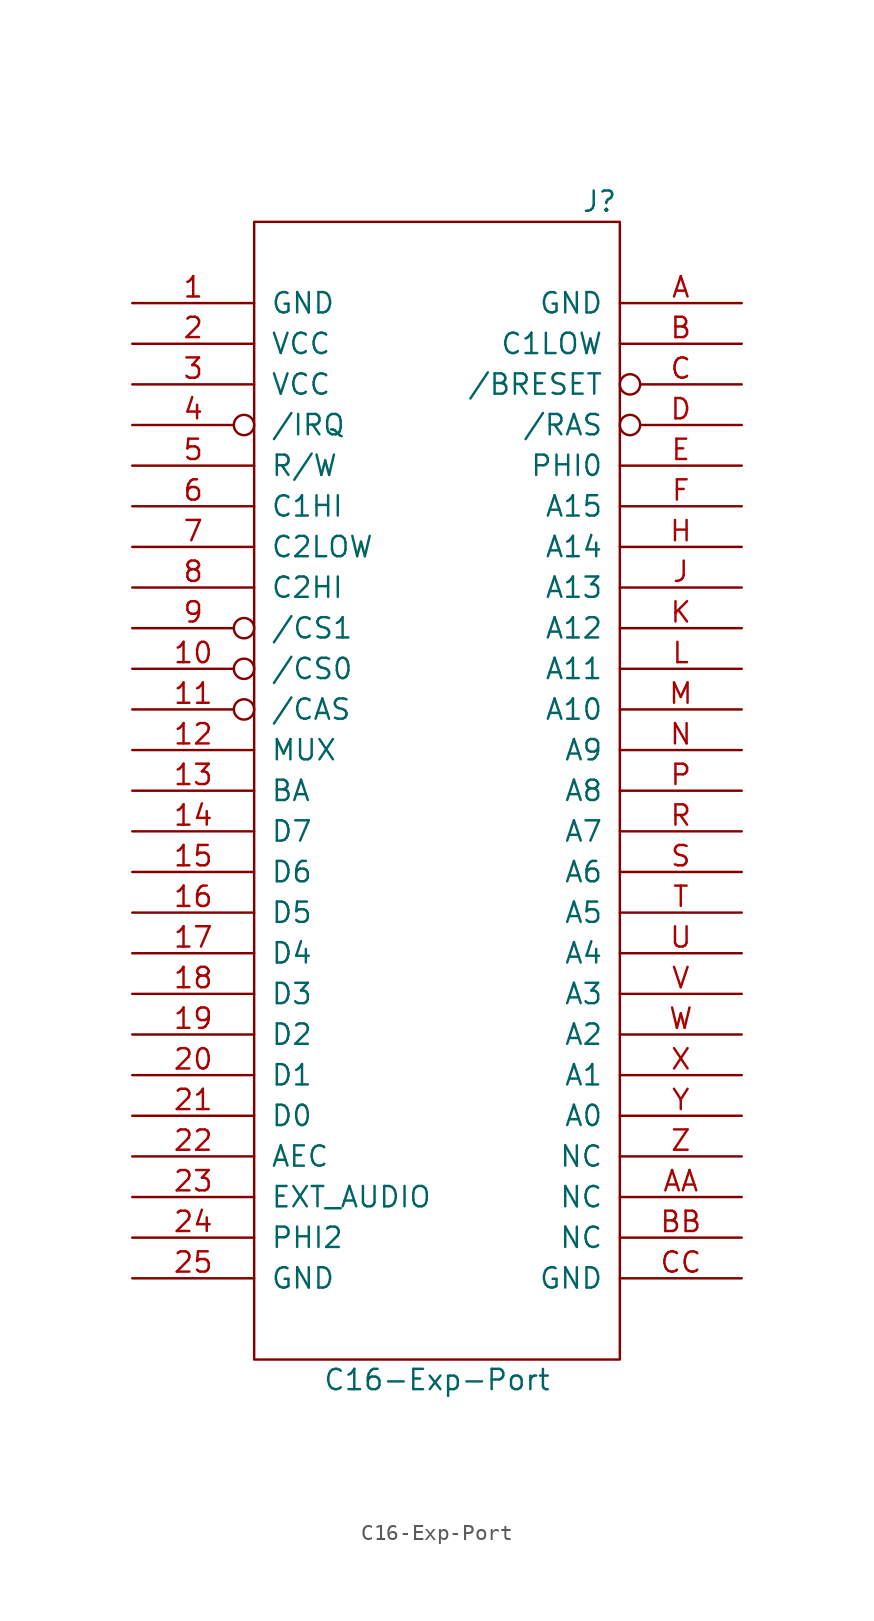
<source format=kicad_sym>
(kicad_symbol_lib
  (version 20211014)
  (generator kicad_symbol_editor)
  (symbol "C16-Exp-Port"
    (pin_names
      (offset 1.016))
    (property "Reference" "J"
      (at 10.16 36.83 0)
      (effects (font (size 1.27 1.27))))
    (property "Value" "C16-Exp-Port"
      (at 0 -36.83 0)
      (effects (font (size 1.27 1.27))))
    (symbol "C16-Exp-Port_1_0"
      (rectangle (start -11.43 -35.56) (end 11.43 35.56) (stroke (width 0) (type default) (color 0 0 0 0)) (fill (type none))))
    (symbol "C16-Exp-Port_1_1"
      (pin passive line (at -19.05 30.48 0) (length 7.62) (name "GND" (effects (font (size 1.27 1.27)))) (number "1" (effects (font (size 1.27 1.27)))))
      (pin passive inverted (at -19.05 7.62 0) (length 7.62) (name "/CS0" (effects (font (size 1.27 1.27)))) (number "10" (effects (font (size 1.27 1.27)))))
      (pin passive inverted (at -19.05 5.08 0) (length 7.62) (name "/CAS" (effects (font (size 1.27 1.27)))) (number "11" (effects (font (size 1.27 1.27)))))
      (pin passive line (at -19.05 2.54 0) (length 7.62) (name "MUX" (effects (font (size 1.27 1.27)))) (number "12" (effects (font (size 1.27 1.27)))))
      (pin passive line (at -19.05 0 0) (length 7.62) (name "BA" (effects (font (size 1.27 1.27)))) (number "13" (effects (font (size 1.27 1.27)))))
      (pin passive line (at -19.05 -2.54 0) (length 7.62) (name "D7" (effects (font (size 1.27 1.27)))) (number "14" (effects (font (size 1.27 1.27)))))
      (pin passive line (at -19.05 -5.08 0) (length 7.62) (name "D6" (effects (font (size 1.27 1.27)))) (number "15" (effects (font (size 1.27 1.27)))))
      (pin passive line (at -19.05 -7.62 0) (length 7.62) (name "D5" (effects (font (size 1.27 1.27)))) (number "16" (effects (font (size 1.27 1.27)))))
      (pin passive line (at -19.05 -10.16 0) (length 7.62) (name "D4" (effects (font (size 1.27 1.27)))) (number "17" (effects (font (size 1.27 1.27)))))
      (pin passive line (at -19.05 -12.7 0) (length 7.62) (name "D3" (effects (font (size 1.27 1.27)))) (number "18" (effects (font (size 1.27 1.27)))))
      (pin passive line (at -19.05 -15.24 0) (length 7.62) (name "D2" (effects (font (size 1.27 1.27)))) (number "19" (effects (font (size 1.27 1.27)))))
      (pin passive line (at -19.05 27.94 0) (length 7.62) (name "VCC" (effects (font (size 1.27 1.27)))) (number "2" (effects (font (size 1.27 1.27)))))
      (pin passive line (at -19.05 -17.78 0) (length 7.62) (name "D1" (effects (font (size 1.27 1.27)))) (number "20" (effects (font (size 1.27 1.27)))))
      (pin passive line (at -19.05 -20.32 0) (length 7.62) (name "D0" (effects (font (size 1.27 1.27)))) (number "21" (effects (font (size 1.27 1.27)))))
      (pin passive line (at -19.05 -22.86 0) (length 7.62) (name "AEC" (effects (font (size 1.27 1.27)))) (number "22" (effects (font (size 1.27 1.27)))))
      (pin passive line (at -19.05 -25.4 0) (length 7.62) (name "EXT_AUDIO" (effects (font (size 1.27 1.27)))) (number "23" (effects (font (size 1.27 1.27)))))
      (pin passive line (at -19.05 -27.94 0) (length 7.62) (name "PHI2" (effects (font (size 1.27 1.27)))) (number "24" (effects (font (size 1.27 1.27)))))
      (pin passive line (at -19.05 -30.48 0) (length 7.62) (name "GND" (effects (font (size 1.27 1.27)))) (number "25" (effects (font (size 1.27 1.27)))))
      (pin passive line (at -19.05 25.4 0) (length 7.62) (name "VCC" (effects (font (size 1.27 1.27)))) (number "3" (effects (font (size 1.27 1.27)))))
      (pin passive inverted (at -19.05 22.86 0) (length 7.62) (name "/IRQ" (effects (font (size 1.27 1.27)))) (number "4" (effects (font (size 1.27 1.27)))))
      (pin passive line (at -19.05 20.32 0) (length 7.62) (name "R/W" (effects (font (size 1.27 1.27)))) (number "5" (effects (font (size 1.27 1.27)))))
      (pin passive line (at -19.05 17.78 0) (length 7.62) (name "C1HI" (effects (font (size 1.27 1.27)))) (number "6" (effects (font (size 1.27 1.27)))))
      (pin passive line (at -19.05 15.24 0) (length 7.62) (name "C2LOW" (effects (font (size 1.27 1.27)))) (number "7" (effects (font (size 1.27 1.27)))))
      (pin passive line (at -19.05 12.7 0) (length 7.62) (name "C2HI" (effects (font (size 1.27 1.27)))) (number "8" (effects (font (size 1.27 1.27)))))
      (pin passive inverted (at -19.05 10.16 0) (length 7.62) (name "/CS1" (effects (font (size 1.27 1.27)))) (number "9" (effects (font (size 1.27 1.27)))))
      (pin passive line (at 19.05 30.48 180) (length 7.62) (name "GND" (effects (font (size 1.27 1.27)))) (number "A" (effects (font (size 1.27 1.27)))))
      (pin passive line (at 19.05 -25.4 180) (length 7.62) (name "NC" (effects (font (size 1.27 1.27)))) (number "AA" (effects (font (size 1.27 1.27)))))
      (pin passive line (at 19.05 27.94 180) (length 7.62) (name "C1LOW" (effects (font (size 1.27 1.27)))) (number "B" (effects (font (size 1.27 1.27)))))
      (pin passive line (at 19.05 -27.94 180) (length 7.62) (name "NC" (effects (font (size 1.27 1.27)))) (number "BB" (effects (font (size 1.27 1.27)))))
      (pin passive inverted (at 19.05 25.4 180) (length 7.62) (name "/BRESET" (effects (font (size 1.27 1.27)))) (number "C" (effects (font (size 1.27 1.27)))))
      (pin passive line (at 19.05 -30.48 180) (length 7.62) (name "GND" (effects (font (size 1.27 1.27)))) (number "CC" (effects (font (size 1.27 1.27)))))
      (pin passive inverted (at 19.05 22.86 180) (length 7.62) (name "/RAS" (effects (font (size 1.27 1.27)))) (number "D" (effects (font (size 1.27 1.27)))))
      (pin passive line (at 19.05 20.32 180) (length 7.62) (name "PHI0" (effects (font (size 1.27 1.27)))) (number "E" (effects (font (size 1.27 1.27)))))
      (pin passive line (at 19.05 17.78 180) (length 7.62) (name "A15" (effects (font (size 1.27 1.27)))) (number "F" (effects (font (size 1.27 1.27)))))
      (pin passive line (at 19.05 15.24 180) (length 7.62) (name "A14" (effects (font (size 1.27 1.27)))) (number "H" (effects (font (size 1.27 1.27)))))
      (pin passive line (at 19.05 12.7 180) (length 7.62) (name "A13" (effects (font (size 1.27 1.27)))) (number "J" (effects (font (size 1.27 1.27)))))
      (pin passive line (at 19.05 10.16 180) (length 7.62) (name "A12" (effects (font (size 1.27 1.27)))) (number "K" (effects (font (size 1.27 1.27)))))
      (pin passive line (at 19.05 7.62 180) (length 7.62) (name "A11" (effects (font (size 1.27 1.27)))) (number "L" (effects (font (size 1.27 1.27)))))
      (pin passive line (at 19.05 5.08 180) (length 7.62) (name "A10" (effects (font (size 1.27 1.27)))) (number "M" (effects (font (size 1.27 1.27)))))
      (pin passive line (at 19.05 2.54 180) (length 7.62) (name "A9" (effects (font (size 1.27 1.27)))) (number "N" (effects (font (size 1.27 1.27)))))
      (pin passive line (at 19.05 0 180) (length 7.62) (name "A8" (effects (font (size 1.27 1.27)))) (number "P" (effects (font (size 1.27 1.27)))))
      (pin passive line (at 19.05 -2.54 180) (length 7.62) (name "A7" (effects (font (size 1.27 1.27)))) (number "R" (effects (font (size 1.27 1.27)))))
      (pin passive line (at 19.05 -5.08 180) (length 7.62) (name "A6" (effects (font (size 1.27 1.27)))) (number "S" (effects (font (size 1.27 1.27)))))
      (pin passive line (at 19.05 -7.62 180) (length 7.62) (name "A5" (effects (font (size 1.27 1.27)))) (number "T" (effects (font (size 1.27 1.27)))))
      (pin passive line (at 19.05 -10.16 180) (length 7.62) (name "A4" (effects (font (size 1.27 1.27)))) (number "U" (effects (font (size 1.27 1.27)))))
      (pin passive line (at 19.05 -12.7 180) (length 7.62) (name "A3" (effects (font (size 1.27 1.27)))) (number "V" (effects (font (size 1.27 1.27)))))
      (pin passive line (at 19.05 -15.24 180) (length 7.62) (name "A2" (effects (font (size 1.27 1.27)))) (number "W" (effects (font (size 1.27 1.27)))))
      (pin passive line (at 19.05 -17.78 180) (length 7.62) (name "A1" (effects (font (size 1.27 1.27)))) (number "X" (effects (font (size 1.27 1.27)))))
      (pin passive line (at 19.05 -20.32 180) (length 7.62) (name "A0" (effects (font (size 1.27 1.27)))) (number "Y" (effects (font (size 1.27 1.27)))))
      (pin passive line (at 19.05 -22.86 180) (length 7.62) (name "NC" (effects (font (size 1.27 1.27)))) (number "Z" (effects (font (size 1.27 1.27))))))))
</source>
